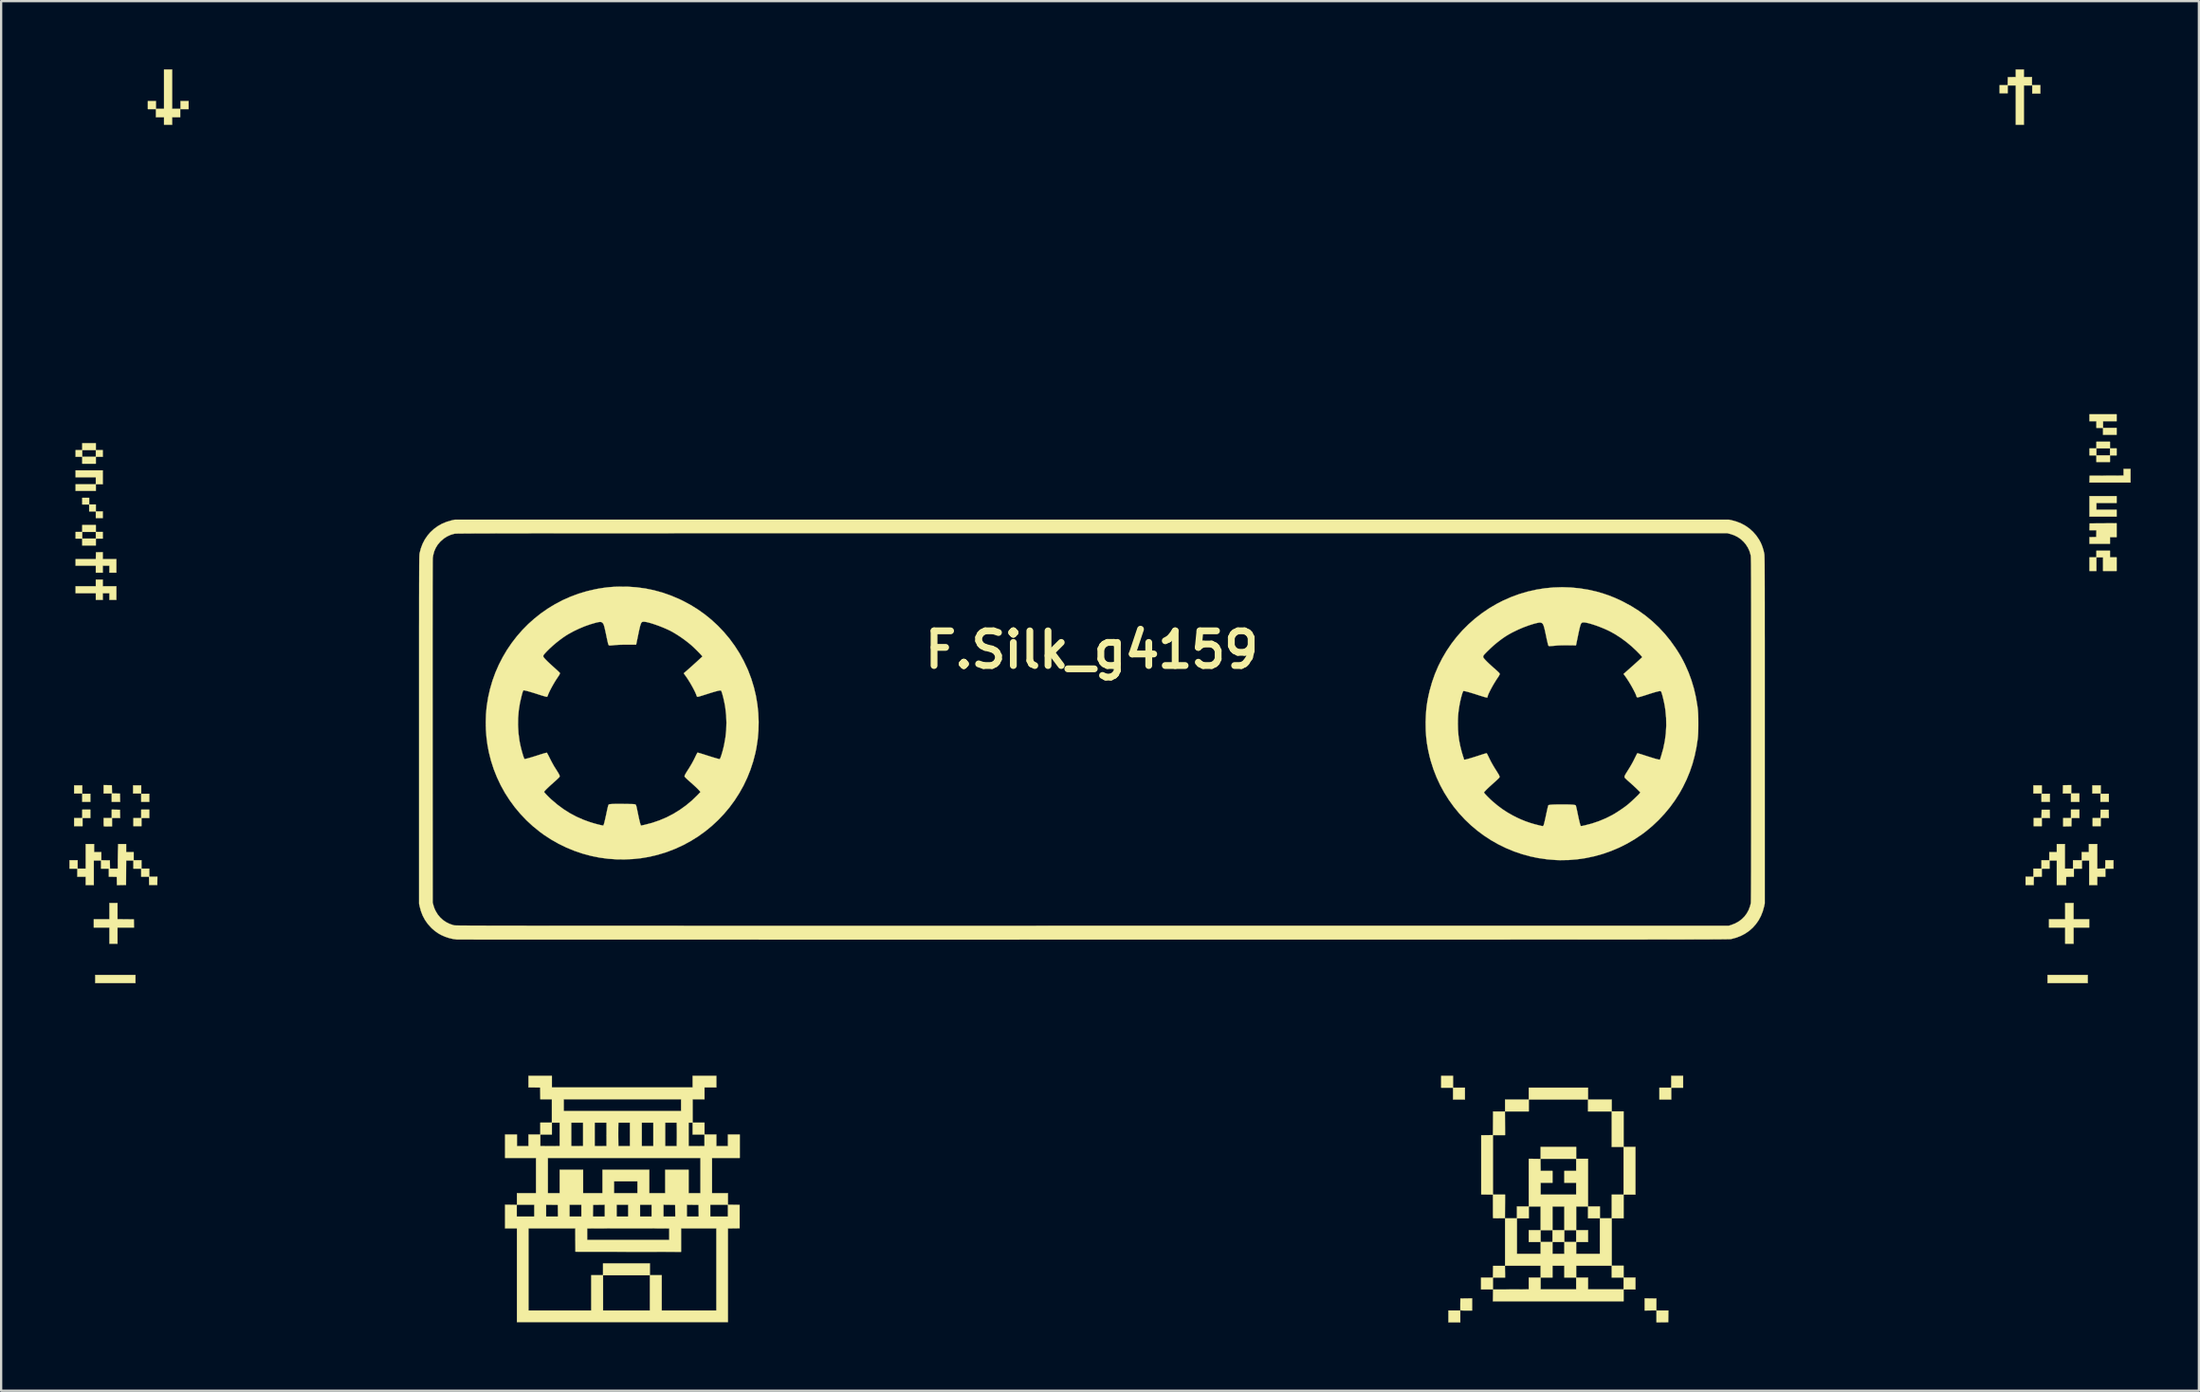
<source format=kicad_pcb>
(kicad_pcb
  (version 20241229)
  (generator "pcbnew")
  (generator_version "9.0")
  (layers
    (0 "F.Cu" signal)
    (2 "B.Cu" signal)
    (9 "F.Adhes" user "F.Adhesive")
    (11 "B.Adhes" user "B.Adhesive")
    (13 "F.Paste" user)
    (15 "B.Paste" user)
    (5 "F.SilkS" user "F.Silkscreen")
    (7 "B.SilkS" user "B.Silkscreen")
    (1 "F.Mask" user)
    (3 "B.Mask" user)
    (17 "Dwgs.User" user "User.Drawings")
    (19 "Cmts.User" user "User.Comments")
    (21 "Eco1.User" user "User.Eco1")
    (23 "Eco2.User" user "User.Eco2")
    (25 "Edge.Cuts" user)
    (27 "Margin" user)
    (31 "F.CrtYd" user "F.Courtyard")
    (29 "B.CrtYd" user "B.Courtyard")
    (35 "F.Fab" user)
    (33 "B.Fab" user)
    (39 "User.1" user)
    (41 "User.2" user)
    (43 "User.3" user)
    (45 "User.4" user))
  (footprint "F.Silk_g4159"
    (layer "F.Cu")
    (at 44.925 25.507)
    (property "Reference" "F.Silk_g4159" (at 0 0 0) (layer "F.SilkS") (effects (font (size 1.524 1.524) (thickness 0.3))))
    (attr through_hole)
    (fp_poly (pts (xy -44.361 6.312) (xy -44.717 6.312) (xy -44.717 5.956) (xy -44.361 5.956) (xy -44.361 6.312)) (stroke (width 0.01) (type solid)) (fill yes) (layer "F.SilkS"))
    (fp_poly (pts (xy -44.056 -6.388) (xy -44.361 -6.388) (xy -44.361 -6.68) (xy -44.056 -6.68) (xy -44.056 -6.388)) (stroke (width 0.01) (type solid)) (fill yes) (layer "F.SilkS"))
    (fp_poly (pts (xy -44.005 6.68) (xy -44.361 6.68) (xy -44.361 6.325) (xy -44.005 6.325) (xy -44.005 6.68)) (stroke (width 0.01) (type solid)) (fill yes) (layer "F.SilkS"))
    (fp_poly (pts (xy -43.764 -6.985) (xy -44.653 -6.985) (xy -44.653 -7.277) (xy -43.764 -7.277) (xy -43.764 -6.985)) (stroke (width 0.01) (type solid)) (fill yes) (layer "F.SilkS"))
    (fp_poly (pts (xy -43.764 -6.083) (xy -44.056 -6.083) (xy -44.056 -6.388) (xy -43.764 -6.388) (xy -43.764 -6.083)) (stroke (width 0.01) (type solid)) (fill yes) (layer "F.SilkS"))
    (fp_poly (pts (xy -43.459 -5.791) (xy -43.764 -5.791) (xy -43.764 -6.083) (xy -43.459 -6.083) (xy -43.459 -5.791)) (stroke (width 0.01) (type solid)) (fill yes) (layer "F.SilkS"))
    (fp_poly (pts (xy -42.024 14.643) (xy -43.79 14.643) (xy -43.79 14.287) (xy -42.024 14.287) (xy -42.024 14.643)) (stroke (width 0.01) (type solid)) (fill yes) (layer "F.SilkS"))
    (fp_poly (pts (xy -41.77 6.312) (xy -42.126 6.312) (xy -42.126 5.956) (xy -41.77 5.956) (xy -41.77 6.312)) (stroke (width 0.01) (type solid)) (fill yes) (layer "F.SilkS"))
    (fp_poly (pts (xy -41.415 6.68) (xy -41.77 6.68) (xy -41.77 6.325) (xy -41.415 6.325) (xy -41.415 6.68)) (stroke (width 0.01) (type solid)) (fill yes) (layer "F.SilkS"))
    (fp_poly (pts (xy -39.688 -23.762) (xy -40.043 -23.762) (xy -40.043 -24.117) (xy -39.688 -24.117) (xy -39.688 -23.762)) (stroke (width 0.01) (type solid)) (fill yes) (layer "F.SilkS"))
    (fp_poly (pts (xy -19.418 27.483) (xy -21.476 27.483) (xy -21.476 26.962) (xy -19.418 26.962) (xy -19.418 27.483)) (stroke (width 0.01) (type solid)) (fill yes) (layer "F.SilkS"))
    (fp_poly (pts (xy 15.875 19.241) (xy 15.354 19.241) (xy 15.354 18.72) (xy 15.875 18.72) (xy 15.875 19.241)) (stroke (width 0.01) (type solid)) (fill yes) (layer "F.SilkS"))
    (fp_poly (pts (xy 16.192 29.553) (xy 15.672 29.553) (xy 15.672 29.032) (xy 16.192 29.032) (xy 16.192 29.553)) (stroke (width 0.01) (type solid)) (fill yes) (layer "F.SilkS"))
    (fp_poly (pts (xy 16.396 19.761) (xy 15.875 19.761) (xy 15.875 19.241) (xy 16.396 19.241) (xy 16.396 19.761)) (stroke (width 0.01) (type solid)) (fill yes) (layer "F.SilkS"))
    (fp_poly (pts (xy 19.202 20.282) (xy 18.161 20.282) (xy 18.161 19.761) (xy 19.202 19.761) (xy 19.202 20.282)) (stroke (width 0.01) (type solid)) (fill yes) (layer "F.SilkS"))
    (fp_poly (pts (xy 19.723 26.022) (xy 19.202 26.022) (xy 19.202 25.502) (xy 19.723 25.502) (xy 19.723 26.022)) (stroke (width 0.01) (type solid)) (fill yes) (layer "F.SilkS"))
    (fp_poly (pts (xy 20.765 26.022) (xy 20.244 26.022) (xy 20.244 25.502) (xy 20.765 25.502) (xy 20.765 26.022)) (stroke (width 0.01) (type solid)) (fill yes) (layer "F.SilkS"))
    (fp_poly (pts (xy 21.285 22.365) (xy 19.723 22.365) (xy 19.723 21.844) (xy 21.285 21.844) (xy 21.285 22.365)) (stroke (width 0.01) (type solid)) (fill yes) (layer "F.SilkS"))
    (fp_poly (pts (xy 21.806 19.761) (xy 19.202 19.761) (xy 19.202 19.241) (xy 21.806 19.241) (xy 21.806 19.761)) (stroke (width 0.01) (type solid)) (fill yes) (layer "F.SilkS"))
    (fp_poly (pts (xy 21.806 26.022) (xy 21.285 26.022) (xy 21.285 25.502) (xy 21.806 25.502) (xy 21.806 26.022)) (stroke (width 0.01) (type solid)) (fill yes) (layer "F.SilkS"))
    (fp_poly (pts (xy 22.847 20.282) (xy 21.806 20.282) (xy 21.806 19.761) (xy 22.847 19.761) (xy 22.847 20.282)) (stroke (width 0.01) (type solid)) (fill yes) (layer "F.SilkS"))
    (fp_poly (pts (xy 23.368 21.844) (xy 22.847 21.844) (xy 22.847 20.282) (xy 23.368 20.282) (xy 23.368 21.844)) (stroke (width 0.01) (type solid)) (fill yes) (layer "F.SilkS"))
    (fp_poly (pts (xy 23.368 24.981) (xy 22.847 24.981) (xy 22.847 23.939) (xy 23.368 23.939) (xy 23.368 24.981)) (stroke (width 0.01) (type solid)) (fill yes) (layer "F.SilkS"))
    (fp_poly (pts (xy 23.368 27.584) (xy 22.847 27.584) (xy 22.847 27.064) (xy 23.368 27.064) (xy 23.368 27.584)) (stroke (width 0.01) (type solid)) (fill yes) (layer "F.SilkS"))
    (fp_poly (pts (xy 23.889 23.939) (xy 23.368 23.939) (xy 23.368 21.844) (xy 23.889 21.844) (xy 23.889 23.939)) (stroke (width 0.01) (type solid)) (fill yes) (layer "F.SilkS"))
    (fp_poly (pts (xy 23.889 28.105) (xy 23.368 28.105) (xy 23.368 27.584) (xy 23.889 27.584) (xy 23.889 28.105)) (stroke (width 0.01) (type solid)) (fill yes) (layer "F.SilkS"))
    (fp_poly (pts (xy 25.463 19.761) (xy 24.943 19.761) (xy 24.943 19.241) (xy 25.463 19.241) (xy 25.463 19.761)) (stroke (width 0.01) (type solid)) (fill yes) (layer "F.SilkS"))
    (fp_poly (pts (xy 25.984 19.241) (xy 25.463 19.241) (xy 25.463 18.72) (xy 25.984 18.72) (xy 25.984 19.241)) (stroke (width 0.01) (type solid)) (fill yes) (layer "F.SilkS"))
    (fp_poly (pts (xy 41.681 -24.448) (xy 41.326 -24.448) (xy 41.326 -24.816) (xy 41.681 -24.816) (xy 41.681 -24.448)) (stroke (width 0.01) (type solid)) (fill yes) (layer "F.SilkS"))
    (fp_poly (pts (xy 41.745 6.312) (xy 41.377 6.312) (xy 41.377 5.956) (xy 41.745 5.956) (xy 41.745 6.312)) (stroke (width 0.01) (type solid)) (fill yes) (layer "F.SilkS"))
    (fp_poly (pts (xy 42.1 6.68) (xy 41.732 6.68) (xy 41.732 6.325) (xy 42.1 6.325) (xy 42.1 6.68)) (stroke (width 0.01) (type solid)) (fill yes) (layer "F.SilkS"))
    (fp_poly (pts (xy 43.764 14.643) (xy 41.999 14.643) (xy 41.999 14.287) (xy 43.764 14.287) (xy 43.764 14.643)) (stroke (width 0.01) (type solid)) (fill yes) (layer "F.SilkS"))
    (fp_poly (pts (xy 44.145 -3.467) (xy 43.84 -3.467) (xy 43.84 -4.064) (xy 44.145 -4.064) (xy 44.145 -3.467)) (stroke (width 0.01) (type solid)) (fill yes) (layer "F.SilkS"))
    (fp_poly (pts (xy 44.336 6.312) (xy 43.967 6.312) (xy 43.967 5.956) (xy 44.336 5.956) (xy 44.336 6.312)) (stroke (width 0.01) (type solid)) (fill yes) (layer "F.SilkS"))
    (fp_poly (pts (xy 44.691 6.68) (xy 44.323 6.68) (xy 44.323 6.325) (xy 44.691 6.325) (xy 44.691 6.68)) (stroke (width 0.01) (type solid)) (fill yes) (layer "F.SilkS"))
    (fp_poly (pts (xy 45.034 -9.449) (xy 44.437 -9.449) (xy 44.437 -9.754) (xy 45.034 -9.754) (xy 45.034 -9.449)) (stroke (width 0.01) (type solid)) (fill yes) (layer "F.SilkS"))
    (fp_poly (pts (xy 24.809 28.505) (xy 24.809 29.026) (xy 24.552 29.029) (xy 24.295 29.033) (xy 24.295 28.498) (xy 24.809 28.505)) (stroke (width 0.01) (type solid)) (fill yes) (layer "F.SilkS"))
    (fp_poly (pts (xy -43.459 -7.277) (xy -43.764 -7.277) (xy -43.764 -7.582) (xy -44.653 -7.582) (xy -44.653 -7.887) (xy -43.459 -7.887) (xy -43.459 -7.277)) (stroke (width 0.01) (type solid)) (fill yes) (layer "F.SilkS"))
    (fp_poly (pts (xy 25.334 29.289) (xy 25.33 29.547) (xy 25.073 29.55) (xy 24.816 29.553) (xy 24.816 29.032) (xy 25.337 29.032) (xy 25.334 29.289)) (stroke (width 0.01) (type solid)) (fill yes) (layer "F.SilkS"))
    (fp_poly (pts (xy 45.644 -7.353) (xy 43.84 -7.353) (xy 43.843 -7.503) (xy 43.847 -7.652) (xy 45.339 -7.658) (xy 45.339 -7.95) (xy 45.644 -7.95) (xy 45.644 -7.353)) (stroke (width 0.01) (type solid)) (fill yes) (layer "F.SilkS"))
    (fp_poly (pts (xy -44.005 7.391) (xy -44.348 7.391) (xy -44.348 7.747) (xy -44.717 7.747) (xy -44.717 7.391) (xy -44.361 7.391) (xy -44.361 7.023) (xy -44.005 7.023) (xy -44.005 7.391)) (stroke (width 0.01) (type solid)) (fill yes) (layer "F.SilkS"))
    (fp_poly (pts (xy -41.415 7.391) (xy -41.758 7.391) (xy -41.758 7.747) (xy -42.113 7.747) (xy -42.113 7.391) (xy -41.77 7.391) (xy -41.77 7.023) (xy -41.415 7.023) (xy -41.415 7.391)) (stroke (width 0.01) (type solid)) (fill yes) (layer "F.SilkS"))
    (fp_poly (pts (xy 43.04 6.312) (xy 43.396 6.312) (xy 43.396 6.68) (xy 43.028 6.68) (xy 43.028 6.312) (xy 42.671 6.312) (xy 42.678 5.95) (xy 43.04 5.943) (xy 43.04 6.312)) (stroke (width 0.01) (type solid)) (fill yes) (layer "F.SilkS"))
    (fp_poly (pts (xy 44.145 -4.356) (xy 44.742 -4.356) (xy 44.742 -4.064) (xy 45.034 -4.064) (xy 45.034 -3.467) (xy 44.437 -3.467) (xy 44.437 -4.064) (xy 44.145 -4.064) (xy 44.145 -4.356)) (stroke (width 0.01) (type solid)) (fill yes) (layer "F.SilkS"))
    (fp_poly (pts (xy 45.034 -10.046) (xy 44.437 -10.046) (xy 44.437 -9.754) (xy 44.145 -9.754) (xy 44.145 -10.046) (xy 43.84 -10.046) (xy 43.84 -10.351) (xy 45.034 -10.351) (xy 45.034 -10.046)) (stroke (width 0.01) (type solid)) (fill yes) (layer "F.SilkS"))
    (fp_poly (pts (xy 45.034 -6.452) (xy 44.145 -6.452) (xy 44.145 -6.16) (xy 45.034 -6.16) (xy 45.034 -5.855) (xy 43.84 -5.855) (xy 43.84 -6.756) (xy 45.034 -6.756) (xy 45.034 -6.452)) (stroke (width 0.01) (type solid)) (fill yes) (layer "F.SilkS"))
    (fp_poly (pts (xy 18.158 27.327) (xy 18.162 27.584) (xy 17.628 27.584) (xy 17.628 28.105) (xy 17.107 28.105) (xy 17.107 27.584) (xy 17.627 27.584) (xy 17.634 27.07) (xy 18.155 27.07) (xy 18.158 27.327)) (stroke (width 0.01) (type solid)) (fill yes) (layer "F.SilkS"))
    (fp_poly (pts (xy 42.098 7.21) (xy 42.101 7.391) (xy 41.745 7.391) (xy 41.745 7.747) (xy 41.389 7.747) (xy 41.389 7.391) (xy 41.732 7.391) (xy 41.739 7.029) (xy 42.094 7.029) (xy 42.098 7.21)) (stroke (width 0.01) (type solid)) (fill yes) (layer "F.SilkS"))
    (fp_poly (pts (xy 44.688 7.21) (xy 44.692 7.391) (xy 44.336 7.391) (xy 44.336 7.747) (xy 43.98 7.747) (xy 43.98 7.391) (xy 44.322 7.391) (xy 44.329 7.029) (xy 44.685 7.029) (xy 44.688 7.21)) (stroke (width 0.01) (type solid)) (fill yes) (layer "F.SilkS"))
    (fp_poly (pts (xy 43.396 7.391) (xy 43.054 7.391) (xy 43.05 7.572) (xy 43.047 7.753) (xy 42.866 7.757) (xy 42.685 7.76) (xy 42.685 7.391) (xy 43.028 7.391) (xy 43.028 7.023) (xy 43.396 7.023) (xy 43.396 7.391)) (stroke (width 0.01) (type solid)) (fill yes) (layer "F.SilkS"))
    (fp_poly (pts (xy -43.059 5.95) (xy -43.056 6.131) (xy -43.052 6.311) (xy -42.878 6.315) (xy -42.704 6.318) (xy -42.7 6.499) (xy -42.697 6.68) (xy -43.066 6.68) (xy -43.066 6.312) (xy -43.421 6.312) (xy -43.421 5.943) (xy -43.059 5.95)) (stroke (width 0.01) (type solid)) (fill yes) (layer "F.SilkS"))
    (fp_poly (pts (xy 45.034 -4.953) (xy 44.742 -4.953) (xy 44.742 -4.661) (xy 43.84 -4.661) (xy 43.84 -4.952) (xy 44.139 -4.959) (xy 44.146 -5.258) (xy 43.84 -5.258) (xy 43.843 -5.407) (xy 43.847 -5.556) (xy 45.034 -5.563) (xy 45.034 -4.953)) (stroke (width 0.01) (type solid)) (fill yes) (layer "F.SilkS"))
    (fp_poly (pts (xy -42.812 11.836) (xy -42.094 11.843) (xy -42.091 12.024) (xy -42.087 12.205) (xy -42.812 12.205) (xy -42.812 12.916) (xy -43.167 12.916) (xy -43.167 12.205) (xy -43.853 12.205) (xy -43.853 11.836) (xy -43.167 11.836) (xy -43.167 11.125) (xy -42.812 11.125) (xy -42.812 11.836)) (stroke (width 0.01) (type solid)) (fill yes) (layer "F.SilkS"))
    (fp_poly (pts (xy -43.459 -2.794) (xy -42.862 -2.794) (xy -42.862 -2.197) (xy -43.167 -2.197) (xy -43.167 -2.489) (xy -43.459 -2.489) (xy -43.459 -2.197) (xy -43.764 -2.197) (xy -43.764 -2.489) (xy -44.653 -2.489) (xy -44.653 -2.794) (xy -43.764 -2.794) (xy -43.764 -3.086) (xy -43.459 -3.086) (xy -43.459 -2.794)) (stroke (width 0.01) (type solid)) (fill yes) (layer "F.SilkS"))
    (fp_poly (pts (xy -43.459 -8.776) (xy -43.459 -8.484) (xy -43.764 -8.484) (xy -43.764 -8.179) (xy -44.361 -8.179) (xy -44.361 -8.484) (xy -44.653 -8.484) (xy -44.653 -8.776) (xy -44.361 -8.776) (xy -44.361 -8.484) (xy -43.764 -8.484) (xy -43.764 -8.776) (xy -44.361 -8.776) (xy -44.361 -9.081) (xy -43.764 -9.081) (xy -43.764 -8.776) (xy -43.459 -8.776)) (stroke (width 0.01) (type solid)) (fill yes) (layer "F.SilkS"))
    (fp_poly (pts (xy -43.459 -5.182) (xy -43.459 -4.889) (xy -43.764 -4.889) (xy -43.764 -4.585) (xy -44.361 -4.585) (xy -44.361 -4.889) (xy -44.653 -4.889) (xy -44.653 -5.182) (xy -44.361 -5.182) (xy -44.361 -4.889) (xy -43.764 -4.889) (xy -43.764 -5.182) (xy -44.361 -5.182) (xy -44.361 -5.486) (xy -43.764 -5.486) (xy -43.764 -5.182) (xy -43.459 -5.182)) (stroke (width 0.01) (type solid)) (fill yes) (layer "F.SilkS"))
    (fp_poly (pts (xy -43.459 -3.988) (xy -42.862 -3.988) (xy -42.862 -3.391) (xy -43.167 -3.391) (xy -43.167 -3.696) (xy -43.459 -3.696) (xy -43.459 -3.391) (xy -43.764 -3.391) (xy -43.764 -3.696) (xy -44.653 -3.696) (xy -44.653 -3.988) (xy -43.765 -3.988) (xy -43.761 -4.137) (xy -43.758 -4.286) (xy -43.609 -4.29) (xy -43.459 -4.293) (xy -43.459 -3.988)) (stroke (width 0.01) (type solid)) (fill yes) (layer "F.SilkS"))
    (fp_poly (pts (xy -40.411 -23.774) (xy -40.056 -23.774) (xy -40.056 -23.406) (xy -40.411 -23.406) (xy -40.411 -23.076) (xy -40.767 -23.076) (xy -40.767 -23.406) (xy -41.123 -23.406) (xy -41.123 -23.762) (xy -41.478 -23.762) (xy -41.478 -24.117) (xy -41.123 -24.117) (xy -41.123 -23.774) (xy -40.767 -23.774) (xy -40.767 -25.502) (xy -40.411 -25.502) (xy -40.411 -23.774)) (stroke (width 0.01) (type solid)) (fill yes) (layer "F.SilkS"))
    (fp_poly (pts (xy 16.713 29.032) (xy 16.459 29.032) (xy 16.367 29.032) (xy 16.298 29.031) (xy 16.25 29.028) (xy 16.218 29.025) (xy 16.202 29.02) (xy 16.198 29.016) (xy 16.196 28.999) (xy 16.195 28.96) (xy 16.195 28.905) (xy 16.195 28.836) (xy 16.195 28.76) (xy 16.195 28.752) (xy 16.199 28.505) (xy 16.713 28.498) (xy 16.713 29.032)) (stroke (width 0.01) (type solid)) (fill yes) (layer "F.SilkS"))
    (fp_poly (pts (xy 45.034 -8.852) (xy 45.034 -8.547) (xy 44.742 -8.547) (xy 44.742 -8.255) (xy 44.145 -8.255) (xy 44.145 -8.547) (xy 43.84 -8.547) (xy 43.84 -8.852) (xy 44.145 -8.852) (xy 44.145 -8.547) (xy 44.742 -8.547) (xy 44.742 -8.852) (xy 44.145 -8.852) (xy 44.145 -9.144) (xy 44.742 -9.144) (xy 44.742 -8.852) (xy 45.034 -8.852)) (stroke (width 0.01) (type solid)) (fill yes) (layer "F.SilkS"))
    (fp_poly (pts (xy 40.958 -25.171) (xy 41.313 -25.171) (xy 41.313 -24.803) (xy 40.958 -24.803) (xy 40.958 -23.076) (xy 40.602 -23.076) (xy 40.602 -24.803) (xy 40.246 -24.803) (xy 40.246 -24.46) (xy 39.891 -24.46) (xy 39.891 -24.816) (xy 40.246 -24.816) (xy 40.249 -24.99) (xy 40.253 -25.165) (xy 40.427 -25.169) (xy 40.602 -25.172) (xy 40.602 -25.502) (xy 40.958 -25.502) (xy 40.958 -25.171)) (stroke (width 0.01) (type solid)) (fill yes) (layer "F.SilkS"))
    (fp_poly (pts (xy -42.704 7.029) (xy -42.7 7.21) (xy -42.697 7.391) (xy -43.053 7.391) (xy -43.053 7.76) (xy -43.229 7.76) (xy -43.293 7.759) (xy -43.348 7.758) (xy -43.389 7.755) (xy -43.411 7.752) (xy -43.413 7.751) (xy -43.416 7.736) (xy -43.418 7.7) (xy -43.42 7.649) (xy -43.421 7.587) (xy -43.421 7.567) (xy -43.421 7.391) (xy -43.066 7.391) (xy -43.066 7.022) (xy -42.704 7.029)) (stroke (width 0.01) (type solid)) (fill yes) (layer "F.SilkS"))
    (fp_poly (pts (xy 43.142 11.306) (xy 43.141 11.393) (xy 43.141 11.491) (xy 43.141 11.587) (xy 43.141 11.662) (xy 43.142 11.836) (xy 43.828 11.836) (xy 43.828 12.205) (xy 43.142 12.205) (xy 43.142 12.916) (xy 42.774 12.916) (xy 42.774 12.205) (xy 42.062 12.205) (xy 42.062 11.836) (xy 42.774 11.836) (xy 42.774 11.662) (xy 42.774 11.577) (xy 42.774 11.48) (xy 42.774 11.382) (xy 42.774 11.306) (xy 42.772 11.125) (xy 43.143 11.125) (xy 43.142 11.306)) (stroke (width 0.01) (type solid)) (fill yes) (layer "F.SilkS"))
    (fp_poly (pts (xy 18.158 20.806) (xy 18.161 21.323) (xy 17.628 21.323) (xy 17.628 23.939) (xy 18.161 23.939) (xy 18.158 24.457) (xy 18.155 24.975) (xy 17.9 24.978) (xy 17.822 24.979) (xy 17.752 24.978) (xy 17.696 24.977) (xy 17.656 24.975) (xy 17.637 24.973) (xy 17.636 24.972) (xy 17.633 24.957) (xy 17.631 24.921) (xy 17.629 24.867) (xy 17.628 24.8) (xy 17.628 24.723) (xy 17.628 24.708) (xy 17.628 24.607) (xy 17.628 24.49) (xy 17.628 24.37) (xy 17.628 24.258) (xy 17.628 24.197) (xy 17.628 23.94) (xy 17.37 23.937) (xy 17.113 23.933) (xy 17.113 21.33) (xy 17.37 21.326) (xy 17.627 21.323) (xy 17.631 20.806) (xy 17.634 20.288) (xy 18.155 20.288) (xy 18.158 20.806)) (stroke (width 0.01) (type solid)) (fill yes) (layer "F.SilkS"))
    (fp_poly (pts (xy 42.761 9.614) (xy 43.117 9.614) (xy 43.117 9.246) (xy 43.498 9.246) (xy 43.498 8.89) (xy 43.815 8.89) (xy 43.815 8.534) (xy 44.183 8.534) (xy 44.183 9.615) (xy 44.533 9.608) (xy 44.536 9.427) (xy 44.54 9.246) (xy 44.895 9.246) (xy 44.895 9.614) (xy 44.539 9.614) (xy 44.539 9.97) (xy 44.183 9.97) (xy 44.183 10.338) (xy 43.828 10.338) (xy 43.828 9.258) (xy 43.51 9.258) (xy 43.51 9.614) (xy 43.155 9.614) (xy 43.155 9.969) (xy 42.818 9.976) (xy 42.811 10.338) (xy 42.405 10.338) (xy 42.405 9.258) (xy 42.088 9.258) (xy 42.088 9.614) (xy 41.745 9.614) (xy 41.745 9.969) (xy 41.57 9.972) (xy 41.396 9.976) (xy 41.389 10.338) (xy 41.034 10.338) (xy 41.034 9.97) (xy 41.377 9.97) (xy 41.377 9.614) (xy 41.732 9.614) (xy 41.732 9.246) (xy 42.075 9.246) (xy 42.075 8.89) (xy 42.405 8.89) (xy 42.405 8.534) (xy 42.761 8.534) (xy 42.761 9.614)) (stroke (width 0.01) (type solid)) (fill yes) (layer "F.SilkS"))
    (fp_poly (pts (xy -43.84 8.89) (xy -43.523 8.89) (xy -43.523 9.245) (xy -43.148 9.252) (xy -43.145 9.433) (xy -43.141 9.614) (xy -42.799 9.614) (xy -42.799 9.343) (xy -42.799 9.238) (xy -42.797 9.118) (xy -42.795 8.995) (xy -42.793 8.879) (xy -42.791 8.803) (xy -42.782 8.534) (xy -42.431 8.534) (xy -42.431 8.89) (xy -42.1 8.89) (xy -42.1 9.246) (xy -41.758 9.246) (xy -41.758 9.614) (xy -41.415 9.614) (xy -41.415 9.97) (xy -41.058 9.97) (xy -41.062 10.15) (xy -41.065 10.331) (xy -41.421 10.331) (xy -41.428 9.97) (xy -41.77 9.97) (xy -41.77 9.614) (xy -42.113 9.614) (xy -42.113 9.258) (xy -42.43 9.258) (xy -42.434 9.795) (xy -42.437 10.331) (xy -42.637 10.335) (xy -42.836 10.338) (xy -42.84 10.157) (xy -42.843 9.976) (xy -43.018 9.972) (xy -43.193 9.969) (xy -43.193 9.614) (xy -43.536 9.614) (xy -43.536 9.258) (xy -43.853 9.258) (xy -43.853 10.338) (xy -44.209 10.338) (xy -44.209 9.97) (xy -44.577 9.97) (xy -44.577 9.614) (xy -44.92 9.614) (xy -44.92 9.246) (xy -44.564 9.246) (xy -44.564 9.614) (xy -44.209 9.614) (xy -44.209 8.534) (xy -43.84 8.534) (xy -43.84 8.89)) (stroke (width 0.01) (type solid)) (fill yes) (layer "F.SilkS"))
    (fp_poly (pts (xy 22.327 24.46) (xy 22.327 24.981) (xy 22.847 24.981) (xy 22.847 27.064) (xy 21.285 27.064) (xy 21.285 27.584) (xy 21.806 27.584) (xy 21.806 28.105) (xy 23.368 28.105) (xy 23.368 28.626) (xy 17.627 28.626) (xy 17.634 28.111) (xy 19.202 28.105) (xy 19.202 27.584) (xy 19.723 27.584) (xy 19.723 28.105) (xy 21.285 28.105) (xy 21.285 27.584) (xy 20.765 27.584) (xy 20.765 27.064) (xy 20.244 27.064) (xy 20.244 27.584) (xy 19.723 27.584) (xy 19.723 27.064) (xy 18.161 27.064) (xy 18.161 24.981) (xy 18.682 24.981) (xy 18.682 26.543) (xy 19.723 26.543) (xy 19.723 26.022) (xy 20.244 26.022) (xy 20.244 26.543) (xy 20.765 26.543) (xy 20.765 26.022) (xy 21.285 26.022) (xy 21.285 26.543) (xy 22.327 26.543) (xy 22.327 24.981) (xy 21.806 24.981) (xy 21.806 24.46) (xy 21.285 24.46) (xy 21.285 25.502) (xy 20.765 25.502) (xy 20.765 24.46) (xy 20.244 24.46) (xy 20.244 25.502) (xy 19.723 25.502) (xy 19.723 24.46) (xy 19.202 24.46) (xy 19.202 24.981) (xy 18.682 24.981) (xy 18.682 24.46) (xy 19.202 24.46) (xy 19.202 22.364) (xy 19.717 22.371) (xy 19.72 22.635) (xy 19.724 22.898) (xy 20.244 22.898) (xy 20.244 23.419) (xy 19.723 23.419) (xy 19.723 23.939) (xy 21.285 23.939) (xy 21.285 23.419) (xy 20.765 23.419) (xy 20.765 22.898) (xy 21.285 22.898) (xy 21.285 22.365) (xy 21.806 22.365) (xy 21.806 24.46) (xy 22.327 24.46)) (stroke (width 0.01) (type solid)) (fill yes) (layer "F.SilkS"))
    (fp_poly (pts (xy -17.018 20.777) (xy -17.018 21.298) (xy -16.497 21.298) (xy -16.497 21.806) (xy -15.989 21.806) (xy -15.989 21.298) (xy -15.469 21.298) (xy -15.469 22.327) (xy -16.688 22.327) (xy -16.688 23.876) (xy -15.989 23.876) (xy -15.989 24.383) (xy -15.475 24.39) (xy -15.475 25.419) (xy -15.732 25.422) (xy -15.989 25.426) (xy -15.989 29.54) (xy -25.26 29.54) (xy -25.26 25.425) (xy -24.752 25.425) (xy -24.752 29.032) (xy -21.996 29.032) (xy -21.996 27.483) (xy -21.476 27.483) (xy -21.476 29.032) (xy -19.418 29.032) (xy -19.418 27.483) (xy -18.898 27.483) (xy -18.898 29.032) (xy -16.497 29.032) (xy -16.497 25.425) (xy -18.047 25.425) (xy -18.047 26.454) (xy -22.689 26.448) (xy -22.691 26.194) (xy -22.692 26.092) (xy -22.693 25.976) (xy -22.694 25.856) (xy -22.694 25.744) (xy -22.695 25.683) (xy -22.695 25.426) (xy -22.174 25.426) (xy -22.174 25.933) (xy -18.567 25.933) (xy -18.567 25.426) (xy -19.333 25.422) (xy -19.476 25.422) (xy -19.641 25.421) (xy -19.822 25.421) (xy -20.016 25.421) (xy -20.218 25.421) (xy -20.425 25.421) (xy -20.631 25.421) (xy -20.832 25.422) (xy -21.025 25.422) (xy -21.136 25.422) (xy -22.174 25.426) (xy -22.695 25.426) (xy -22.695 25.425) (xy -24.752 25.425) (xy -25.26 25.425) (xy -25.781 25.425) (xy -25.781 24.383) (xy -25.267 24.39) (xy -25.267 24.905) (xy -24.882 24.905) (xy -24.498 24.905) (xy -23.978 24.905) (xy -23.456 24.905) (xy -23.46 24.648) (xy -23.463 24.39) (xy -23.938 24.384) (xy -22.949 24.384) (xy -22.949 24.905) (xy -22.428 24.905) (xy -21.921 24.905) (xy -21.399 24.905) (xy -21.399 24.384) (xy -20.879 24.384) (xy -20.879 24.905) (xy -20.371 24.905) (xy -20.371 24.384) (xy -19.85 24.384) (xy -19.85 24.905) (xy -19.342 24.905) (xy -18.821 24.905) (xy -18.3 24.905) (xy -17.793 24.905) (xy -17.271 24.905) (xy -17.275 24.648) (xy -17.278 24.39) (xy -17.753 24.384) (xy -16.764 24.384) (xy -16.764 24.905) (xy -15.989 24.905) (xy -15.989 24.384) (xy -16.764 24.384) (xy -17.753 24.384) (xy -17.793 24.383) (xy -17.793 24.905) (xy -18.3 24.905) (xy -18.304 24.648) (xy -18.307 24.39) (xy -18.821 24.383) (xy -18.821 24.905) (xy -19.342 24.905) (xy -19.342 24.384) (xy -19.85 24.384) (xy -20.371 24.384) (xy -20.879 24.384) (xy -21.399 24.384) (xy -21.399 24.383) (xy -21.914 24.39) (xy -21.921 24.905) (xy -22.428 24.905) (xy -22.428 24.384) (xy -22.949 24.384) (xy -23.938 24.384) (xy -23.978 24.383) (xy -23.978 24.905) (xy -24.498 24.905) (xy -24.498 24.384) (xy -25.26 24.384) (xy -25.26 23.876) (xy -24.422 23.876) (xy -24.422 22.327) (xy -23.901 22.327) (xy -23.901 23.876) (xy -23.381 23.876) (xy -23.381 22.847) (xy -22.352 22.847) (xy -22.352 23.876) (xy -21.501 23.876) (xy -21.501 23.355) (xy -20.993 23.355) (xy -20.993 23.876) (xy -19.964 23.876) (xy -19.964 23.355) (xy -20.993 23.355) (xy -21.501 23.355) (xy -21.501 22.847) (xy -19.444 22.847) (xy -19.444 23.876) (xy -18.745 23.876) (xy -18.745 22.847) (xy -17.716 22.847) (xy -17.716 23.876) (xy -17.196 23.876) (xy -17.196 22.327) (xy -23.901 22.327) (xy -24.422 22.327) (xy -25.781 22.327) (xy -25.781 21.298) (xy -25.26 21.298) (xy -25.26 21.806) (xy -24.752 21.806) (xy -24.752 21.298) (xy -24.232 21.298) (xy -24.232 21.805) (xy -23.981 21.809) (xy -23.888 21.81) (xy -23.789 21.81) (xy -23.693 21.81) (xy -23.607 21.809) (xy -23.555 21.808) (xy -23.381 21.805) (xy -23.381 20.777) (xy -22.873 20.777) (xy -22.873 21.805) (xy -22.781 21.809) (xy -22.731 21.81) (xy -22.665 21.81) (xy -22.591 21.81) (xy -22.52 21.808) (xy -22.352 21.805) (xy -22.352 20.777) (xy -21.844 20.777) (xy -21.844 21.805) (xy -21.752 21.809) (xy -21.702 21.81) (xy -21.636 21.81) (xy -21.562 21.81) (xy -21.492 21.808) (xy -21.323 21.805) (xy -21.323 21.241) (xy -20.807 21.241) (xy -20.807 21.36) (xy -20.806 21.472) (xy -20.805 21.542) (xy -20.802 21.806) (xy -20.295 21.806) (xy -20.295 20.777) (xy -19.774 20.777) (xy -19.774 21.806) (xy -19.266 21.806) (xy -19.266 20.777) (xy -18.745 20.777) (xy -18.745 21.806) (xy -18.238 21.806) (xy -18.235 21.542) (xy -18.233 21.44) (xy -18.233 21.324) (xy -18.233 21.206) (xy -18.234 21.095) (xy -18.234 21.028) (xy -18.238 20.777) (xy -17.716 20.777) (xy -17.716 21.805) (xy -17.624 21.809) (xy -17.582 21.81) (xy -17.521 21.81) (xy -17.445 21.81) (xy -17.362 21.81) (xy -17.277 21.809) (xy -17.275 21.809) (xy -17.018 21.805) (xy -17.018 21.298) (xy -17.539 21.298) (xy -17.539 20.777) (xy -17.716 20.777) (xy -18.238 20.777) (xy -18.745 20.777) (xy -19.266 20.777) (xy -19.774 20.777) (xy -20.295 20.777) (xy -20.802 20.777) (xy -20.806 21.028) (xy -20.806 21.127) (xy -20.807 21.241) (xy -21.323 21.241) (xy -21.323 20.777) (xy -21.844 20.777) (xy -22.352 20.777) (xy -22.873 20.777) (xy -23.381 20.777) (xy -23.724 20.777) (xy -23.724 21.298) (xy -24.232 21.298) (xy -24.232 20.777) (xy -23.724 20.777) (xy -23.724 19.748) (xy -23.203 19.748) (xy -23.203 20.269) (xy -18.047 20.269) (xy -18.047 19.748) (xy -23.203 19.748) (xy -23.724 19.748) (xy -24.231 19.748) (xy -24.235 19.491) (xy -24.238 19.234) (xy -24.752 19.227) (xy -24.752 18.72) (xy -23.724 18.72) (xy -23.724 19.228) (xy -23.466 19.228) (xy -23.427 19.228) (xy -23.364 19.228) (xy -23.278 19.228) (xy -23.171 19.228) (xy -23.045 19.228) (xy -22.902 19.228) (xy -22.742 19.228) (xy -22.567 19.228) (xy -22.378 19.228) (xy -22.178 19.228) (xy -21.968 19.228) (xy -21.749 19.228) (xy -21.523 19.228) (xy -21.291 19.228) (xy -21.055 19.228) (xy -20.816 19.228) (xy -20.575 19.228) (xy -20.335 19.228) (xy -20.097 19.228) (xy -19.863 19.228) (xy -19.633 19.228) (xy -19.409 19.228) (xy -19.194 19.228) (xy -18.987 19.228) (xy -18.792 19.228) (xy -18.609 19.228) (xy -18.44 19.228) (xy -18.286 19.228) (xy -18.15 19.228) (xy -18.031 19.228) (xy -17.933 19.228) (xy -17.856 19.228) (xy -17.802 19.228) (xy -17.79 19.228) (xy -17.539 19.228) (xy -17.539 18.72) (xy -16.497 18.72) (xy -16.497 19.228) (xy -17.018 19.228) (xy -17.018 19.748) (xy -17.539 19.748) (xy -17.539 20.777) (xy -17.018 20.777)) (stroke (width 0.01) (type solid)) (fill yes) (layer "F.SilkS"))
    (fp_poly (pts (xy -20.385 -2.775) (xy -20 -2.748) (xy -19.621 -2.697) (xy -19.248 -2.621) (xy -18.88 -2.52) (xy -18.516 -2.394) (xy -18.156 -2.244) (xy -17.99 -2.165) (xy -17.648 -1.984) (xy -17.32 -1.782) (xy -17.006 -1.559) (xy -16.709 -1.318) (xy -16.428 -1.058) (xy -16.164 -0.781) (xy -15.918 -0.488) (xy -15.691 -0.178) (xy -15.483 0.146) (xy -15.296 0.485) (xy -15.13 0.836) (xy -15.096 0.916) (xy -14.96 1.276) (xy -14.848 1.643) (xy -14.759 2.017) (xy -14.695 2.396) (xy -14.655 2.778) (xy -14.639 3.162) (xy -14.647 3.546) (xy -14.68 3.93) (xy -14.738 4.311) (xy -14.782 4.528) (xy -14.879 4.902) (xy -14.999 5.267) (xy -15.141 5.622) (xy -15.304 5.965) (xy -15.489 6.295) (xy -15.693 6.613) (xy -15.916 6.917) (xy -16.158 7.205) (xy -16.417 7.478) (xy -16.693 7.735) (xy -16.985 7.974) (xy -17.292 8.195) (xy -17.614 8.396) (xy -17.95 8.578) (xy -18.298 8.739) (xy -18.659 8.878) (xy -18.747 8.908) (xy -19.098 9.013) (xy -19.448 9.095) (xy -19.801 9.155) (xy -20.16 9.193) (xy -20.529 9.209) (xy -20.879 9.206) (xy -21.257 9.18) (xy -21.633 9.129) (xy -22.005 9.054) (xy -22.372 8.955) (xy -22.733 8.833) (xy -23.086 8.688) (xy -23.429 8.521) (xy -23.762 8.332) (xy -24.083 8.122) (xy -24.257 7.994) (xy -24.56 7.749) (xy -24.844 7.486) (xy -25.109 7.207) (xy -25.356 6.912) (xy -25.582 6.603) (xy -25.789 6.281) (xy -25.974 5.946) (xy -26.137 5.6) (xy -26.279 5.243) (xy -26.397 4.877) (xy -26.492 4.502) (xy -26.554 4.178) (xy -26.597 3.851) (xy -26.623 3.515) (xy -26.627 3.331) (xy -25.212 3.331) (xy -25.192 3.666) (xy -25.148 3.998) (xy -25.126 4.115) (xy -25.107 4.204) (xy -25.085 4.298) (xy -25.061 4.392) (xy -25.036 4.484) (xy -25.011 4.57) (xy -24.988 4.647) (xy -24.966 4.711) (xy -24.947 4.76) (xy -24.932 4.789) (xy -24.926 4.795) (xy -24.904 4.795) (xy -24.861 4.787) (xy -24.796 4.771) (xy -24.713 4.748) (xy -24.612 4.719) (xy -24.496 4.683) (xy -24.366 4.642) (xy -24.289 4.617) (xy -24.175 4.581) (xy -24.084 4.554) (xy -24.017 4.535) (xy -23.971 4.524) (xy -23.947 4.522) (xy -23.944 4.523) (xy -23.934 4.538) (xy -23.915 4.572) (xy -23.888 4.621) (xy -23.856 4.683) (xy -23.821 4.754) (xy -23.808 4.779) (xy -23.766 4.862) (xy -23.721 4.948) (xy -23.676 5.029) (xy -23.636 5.101) (xy -23.603 5.155) (xy -23.602 5.156) (xy -23.539 5.255) (xy -23.489 5.335) (xy -23.45 5.398) (xy -23.421 5.448) (xy -23.401 5.486) (xy -23.389 5.515) (xy -23.383 5.537) (xy -23.382 5.556) (xy -23.385 5.573) (xy -23.386 5.578) (xy -23.398 5.594) (xy -23.426 5.624) (xy -23.468 5.665) (xy -23.522 5.716) (xy -23.585 5.773) (xy -23.654 5.834) (xy -23.655 5.836) (xy -23.745 5.915) (xy -23.828 5.991) (xy -23.901 6.06) (xy -23.963 6.12) (xy -24.012 6.171) (xy -24.047 6.21) (xy -24.064 6.235) (xy -24.067 6.242) (xy -24.058 6.257) (xy -24.034 6.286) (xy -23.998 6.327) (xy -23.953 6.375) (xy -23.902 6.427) (xy -23.848 6.481) (xy -23.794 6.533) (xy -23.751 6.573) (xy -23.486 6.799) (xy -23.213 7.001) (xy -22.931 7.179) (xy -22.639 7.334) (xy -22.337 7.467) (xy -22.079 7.561) (xy -21.984 7.591) (xy -21.885 7.621) (xy -21.786 7.649) (xy -21.693 7.673) (xy -21.608 7.694) (xy -21.538 7.71) (xy -21.485 7.719) (xy -21.468 7.721) (xy -21.459 7.71) (xy -21.446 7.679) (xy -21.431 7.634) (xy -21.421 7.598) (xy -21.409 7.55) (xy -21.393 7.483) (xy -21.374 7.401) (xy -21.354 7.31) (xy -21.333 7.214) (xy -21.319 7.145) (xy -21.295 7.035) (xy -21.276 6.949) (xy -21.26 6.884) (xy -21.247 6.838) (xy -21.236 6.811) (xy -21.228 6.799) (xy -21.213 6.792) (xy -21.19 6.785) (xy -21.157 6.78) (xy -21.112 6.776) (xy -21.053 6.773) (xy -20.977 6.771) (xy -20.884 6.77) (xy -20.77 6.77) (xy -20.633 6.771) (xy -20.567 6.771) (xy -20.441 6.773) (xy -20.339 6.774) (xy -20.257 6.775) (xy -20.192 6.777) (xy -20.144 6.779) (xy -20.108 6.782) (xy -20.083 6.786) (xy -20.065 6.79) (xy -20.054 6.795) (xy -20.052 6.796) (xy -20.042 6.805) (xy -20.032 6.818) (xy -20.023 6.838) (xy -20.014 6.868) (xy -20.002 6.912) (xy -19.989 6.973) (xy -19.972 7.054) (xy -19.959 7.114) (xy -19.928 7.267) (xy -19.9 7.397) (xy -19.876 7.503) (xy -19.855 7.587) (xy -19.838 7.65) (xy -19.823 7.693) (xy -19.812 7.716) (xy -19.804 7.722) (xy -19.789 7.719) (xy -19.755 7.712) (xy -19.706 7.701) (xy -19.648 7.689) (xy -19.318 7.603) (xy -18.997 7.493) (xy -18.685 7.361) (xy -18.385 7.206) (xy -18.098 7.029) (xy -17.823 6.831) (xy -17.563 6.613) (xy -17.344 6.402) (xy -17.194 6.247) (xy -17.232 6.2) (xy -17.271 6.157) (xy -17.326 6.1) (xy -17.398 6.03) (xy -17.489 5.946) (xy -17.599 5.847) (xy -17.675 5.78) (xy -17.757 5.707) (xy -17.82 5.648) (xy -17.864 5.603) (xy -17.889 5.574) (xy -17.894 5.561) (xy -17.892 5.538) (xy -17.882 5.51) (xy -17.865 5.473) (xy -17.838 5.424) (xy -17.799 5.36) (xy -17.748 5.279) (xy -17.746 5.277) (xy -17.676 5.166) (xy -17.618 5.07) (xy -17.567 4.983) (xy -17.521 4.898) (xy -17.475 4.809) (xy -17.427 4.711) (xy -17.425 4.707) (xy -17.395 4.644) (xy -17.368 4.59) (xy -17.345 4.548) (xy -17.33 4.522) (xy -17.326 4.517) (xy -17.311 4.519) (xy -17.275 4.527) (xy -17.221 4.542) (xy -17.153 4.563) (xy -17.073 4.587) (xy -16.984 4.616) (xy -16.959 4.624) (xy -16.824 4.667) (xy -16.702 4.705) (xy -16.595 4.738) (xy -16.505 4.764) (xy -16.433 4.784) (xy -16.382 4.796) (xy -16.352 4.801) (xy -16.351 4.801) (xy -16.339 4.789) (xy -16.323 4.755) (xy -16.302 4.704) (xy -16.279 4.637) (xy -16.255 4.558) (xy -16.229 4.471) (xy -16.204 4.378) (xy -16.181 4.283) (xy -16.159 4.189) (xy -16.155 4.17) (xy -16.097 3.842) (xy -16.063 3.52) (xy -16.053 3.199) (xy -16.066 2.875) (xy -16.103 2.546) (xy -16.103 2.546) (xy -16.118 2.45) (xy -16.137 2.35) (xy -16.158 2.248) (xy -16.18 2.149) (xy -16.203 2.055) (xy -16.226 1.97) (xy -16.247 1.897) (xy -16.267 1.84) (xy -16.284 1.802) (xy -16.296 1.786) (xy -16.32 1.783) (xy -16.365 1.788) (xy -16.432 1.802) (xy -16.52 1.825) (xy -16.632 1.857) (xy -16.766 1.898) (xy -16.924 1.948) (xy -16.932 1.951) (xy -17.021 1.979) (xy -17.104 2.005) (xy -17.178 2.028) (xy -17.239 2.045) (xy -17.283 2.057) (xy -17.306 2.061) (xy -17.332 2.061) (xy -17.347 2.054) (xy -17.359 2.034) (xy -17.372 1.996) (xy -17.373 1.994) (xy -17.397 1.93) (xy -17.433 1.849) (xy -17.48 1.755) (xy -17.534 1.652) (xy -17.594 1.545) (xy -17.657 1.438) (xy -17.721 1.334) (xy -17.784 1.237) (xy -17.838 1.16) (xy -17.931 1.03) (xy -17.725 0.85) (xy -17.647 0.781) (xy -17.558 0.702) (xy -17.466 0.618) (xy -17.378 0.539) (xy -17.313 0.479) (xy -17.107 0.289) (xy -17.182 0.205) (xy -17.239 0.144) (xy -17.309 0.072) (xy -17.387 -0.006) (xy -17.467 -0.083) (xy -17.543 -0.155) (xy -17.611 -0.216) (xy -17.628 -0.23) (xy -17.759 -0.337) (xy -17.906 -0.449) (xy -18.061 -0.559) (xy -18.218 -0.662) (xy -18.369 -0.754) (xy -18.435 -0.792) (xy -18.533 -0.844) (xy -18.645 -0.897) (xy -18.766 -0.95) (xy -18.893 -1.003) (xy -19.022 -1.053) (xy -19.15 -1.099) (xy -19.274 -1.141) (xy -19.39 -1.177) (xy -19.494 -1.205) (xy -19.584 -1.225) (xy -19.655 -1.235) (xy -19.672 -1.236) (xy -19.704 -1.236) (xy -19.731 -1.233) (xy -19.755 -1.225) (xy -19.776 -1.21) (xy -19.795 -1.186) (xy -19.813 -1.15) (xy -19.83 -1.102) (xy -19.849 -1.038) (xy -19.868 -0.958) (xy -19.891 -0.858) (xy -19.917 -0.737) (xy -19.942 -0.612) (xy -20.022 -0.227) (xy -20.403 -0.228) (xy -20.573 -0.227) (xy -20.719 -0.224) (xy -20.842 -0.219) (xy -20.942 -0.212) (xy -20.961 -0.21) (xy -21.044 -0.201) (xy -21.106 -0.195) (xy -21.15 -0.192) (xy -21.181 -0.192) (xy -21.201 -0.195) (xy -21.216 -0.2) (xy -21.226 -0.206) (xy -21.235 -0.22) (xy -21.246 -0.248) (xy -21.259 -0.295) (xy -21.275 -0.361) (xy -21.294 -0.448) (xy -21.318 -0.558) (xy -21.318 -0.559) (xy -21.346 -0.694) (xy -21.37 -0.807) (xy -21.391 -0.899) (xy -21.408 -0.974) (xy -21.424 -1.033) (xy -21.438 -1.079) (xy -21.451 -1.114) (xy -21.464 -1.142) (xy -21.478 -1.163) (xy -21.494 -1.181) (xy -21.504 -1.191) (xy -21.533 -1.212) (xy -21.566 -1.224) (xy -21.607 -1.227) (xy -21.663 -1.221) (xy -21.735 -1.207) (xy -21.786 -1.195) (xy -22.026 -1.126) (xy -22.274 -1.039) (xy -22.521 -0.936) (xy -22.762 -0.822) (xy -22.99 -0.697) (xy -23.077 -0.645) (xy -23.223 -0.548) (xy -23.377 -0.435) (xy -23.534 -0.312) (xy -23.687 -0.181) (xy -23.83 -0.05) (xy -23.933 0.053) (xy -23.996 0.119) (xy -24.042 0.17) (xy -24.074 0.209) (xy -24.093 0.24) (xy -24.102 0.265) (xy -24.102 0.287) (xy -24.1 0.295) (xy -24.085 0.324) (xy -24.051 0.368) (xy -23.998 0.426) (xy -23.928 0.497) (xy -23.841 0.58) (xy -23.738 0.675) (xy -23.634 0.769) (xy -23.565 0.831) (xy -23.502 0.888) (xy -23.449 0.938) (xy -23.407 0.979) (xy -23.379 1.008) (xy -23.368 1.023) (xy -23.368 1.024) (xy -23.375 1.052) (xy -23.396 1.095) (xy -23.432 1.154) (xy -23.477 1.22) (xy -23.533 1.304) (xy -23.593 1.399) (xy -23.654 1.503) (xy -23.714 1.609) (xy -23.77 1.714) (xy -23.821 1.813) (xy -23.862 1.902) (xy -23.893 1.975) (xy -23.899 1.994) (xy -23.914 2.033) (xy -23.926 2.053) (xy -23.941 2.061) (xy -23.966 2.06) (xy -23.97 2.06) (xy -23.995 2.055) (xy -24.039 2.043) (xy -24.101 2.025) (xy -24.175 2.003) (xy -24.259 1.977) (xy -24.348 1.948) (xy -24.476 1.907) (xy -24.594 1.871) (xy -24.7 1.839) (xy -24.792 1.814) (xy -24.867 1.795) (xy -24.924 1.782) (xy -24.958 1.778) (xy -24.959 1.778) (xy -24.97 1.78) (xy -24.98 1.789) (xy -24.991 1.807) (xy -25.003 1.838) (xy -25.018 1.885) (xy -25.037 1.951) (xy -25.051 2.004) (xy -25.128 2.329) (xy -25.18 2.66) (xy -25.208 2.995) (xy -25.212 3.331) (xy -26.627 3.331) (xy -26.63 3.176) (xy -26.62 2.84) (xy -26.591 2.515) (xy -26.587 2.477) (xy -26.526 2.094) (xy -26.441 1.72) (xy -26.335 1.355) (xy -26.206 1) (xy -26.056 0.656) (xy -25.886 0.324) (xy -25.697 0.004) (xy -25.488 -0.303) (xy -25.262 -0.596) (xy -25.019 -0.874) (xy -24.759 -1.137) (xy -24.483 -1.383) (xy -24.193 -1.612) (xy -23.888 -1.823) (xy -23.57 -2.015) (xy -23.239 -2.188) (xy -22.896 -2.34) (xy -22.542 -2.471) (xy -22.178 -2.579) (xy -21.805 -2.665) (xy -21.66 -2.692) (xy -21.49 -2.719) (xy -21.335 -2.74) (xy -21.186 -2.756) (xy -21.033 -2.767) (xy -20.869 -2.775) (xy -20.777 -2.777) (xy -20.385 -2.775)) (stroke (width 0.01) (type solid)) (fill yes) (layer "F.SilkS"))
    (fp_poly (pts (xy 21.055 -2.74) (xy 21.438 -2.703) (xy 21.821 -2.641) (xy 22.155 -2.566) (xy 22.437 -2.486) (xy 22.71 -2.394) (xy 22.98 -2.287) (xy 23.255 -2.162) (xy 23.355 -2.112) (xy 23.701 -1.925) (xy 24.031 -1.718) (xy 24.343 -1.493) (xy 24.639 -1.248) (xy 24.918 -0.984) (xy 25.18 -0.702) (xy 25.425 -0.401) (xy 25.647 -0.089) (xy 25.747 0.064) (xy 25.834 0.205) (xy 25.913 0.341) (xy 25.986 0.478) (xy 26.059 0.623) (xy 26.068 0.641) (xy 26.22 0.985) (xy 26.35 1.336) (xy 26.458 1.697) (xy 26.544 2.069) (xy 26.61 2.454) (xy 26.628 2.591) (xy 26.636 2.675) (xy 26.643 2.78) (xy 26.648 2.9) (xy 26.651 3.033) (xy 26.652 3.172) (xy 26.652 3.313) (xy 26.651 3.453) (xy 26.648 3.585) (xy 26.643 3.706) (xy 26.636 3.811) (xy 26.628 3.896) (xy 26.628 3.899) (xy 26.569 4.286) (xy 26.491 4.657) (xy 26.394 5.016) (xy 26.275 5.363) (xy 26.135 5.702) (xy 25.973 6.034) (xy 25.821 6.306) (xy 25.624 6.615) (xy 25.405 6.916) (xy 25.165 7.204) (xy 24.908 7.479) (xy 24.636 7.736) (xy 24.351 7.974) (xy 24.17 8.11) (xy 23.849 8.325) (xy 23.516 8.519) (xy 23.173 8.69) (xy 22.819 8.839) (xy 22.458 8.966) (xy 22.089 9.069) (xy 21.715 9.149) (xy 21.337 9.204) (xy 20.956 9.236) (xy 20.574 9.242) (xy 20.409 9.237) (xy 20.023 9.207) (xy 19.643 9.154) (xy 19.271 9.077) (xy 18.907 8.977) (xy 18.552 8.856) (xy 18.206 8.713) (xy 17.872 8.55) (xy 17.549 8.367) (xy 17.239 8.165) (xy 16.943 7.945) (xy 16.66 7.707) (xy 16.392 7.452) (xy 16.141 7.18) (xy 15.906 6.893) (xy 15.689 6.591) (xy 15.49 6.275) (xy 15.31 5.945) (xy 15.151 5.602) (xy 15.013 5.248) (xy 14.896 4.882) (xy 14.841 4.674) (xy 14.777 4.385) (xy 14.728 4.106) (xy 14.695 3.829) (xy 14.676 3.549) (xy 14.671 3.256) (xy 14.671 3.245) (xy 16.087 3.245) (xy 16.093 3.505) (xy 16.111 3.75) (xy 16.144 3.989) (xy 16.191 4.228) (xy 16.253 4.473) (xy 16.303 4.64) (xy 16.363 4.828) (xy 16.42 4.82) (xy 16.461 4.811) (xy 16.524 4.795) (xy 16.606 4.771) (xy 16.707 4.741) (xy 16.823 4.705) (xy 16.954 4.664) (xy 17.094 4.618) (xy 17.169 4.594) (xy 17.236 4.573) (xy 17.292 4.557) (xy 17.331 4.547) (xy 17.352 4.543) (xy 17.353 4.543) (xy 17.362 4.557) (xy 17.38 4.589) (xy 17.404 4.636) (xy 17.432 4.693) (xy 17.445 4.719) (xy 17.497 4.827) (xy 17.549 4.928) (xy 17.604 5.027) (xy 17.665 5.131) (xy 17.735 5.245) (xy 17.783 5.32) (xy 17.832 5.399) (xy 17.869 5.46) (xy 17.895 5.506) (xy 17.91 5.54) (xy 17.917 5.566) (xy 17.918 5.588) (xy 17.912 5.607) (xy 17.912 5.607) (xy 17.9 5.623) (xy 17.871 5.653) (xy 17.828 5.695) (xy 17.775 5.745) (xy 17.713 5.801) (xy 17.666 5.843) (xy 17.57 5.929) (xy 17.483 6.008) (xy 17.406 6.081) (xy 17.342 6.144) (xy 17.291 6.196) (xy 17.255 6.236) (xy 17.236 6.261) (xy 17.234 6.269) (xy 17.243 6.285) (xy 17.267 6.316) (xy 17.305 6.358) (xy 17.353 6.409) (xy 17.408 6.465) (xy 17.468 6.524) (xy 17.529 6.583) (xy 17.589 6.638) (xy 17.618 6.664) (xy 17.832 6.843) (xy 18.046 7.002) (xy 18.266 7.146) (xy 18.499 7.278) (xy 18.682 7.371) (xy 18.872 7.458) (xy 19.061 7.534) (xy 19.256 7.602) (xy 19.461 7.663) (xy 19.683 7.719) (xy 19.768 7.738) (xy 19.803 7.745) (xy 19.827 7.743) (xy 19.843 7.729) (xy 19.857 7.699) (xy 19.873 7.647) (xy 19.873 7.647) (xy 19.883 7.607) (xy 19.898 7.548) (xy 19.915 7.472) (xy 19.935 7.384) (xy 19.955 7.29) (xy 19.975 7.195) (xy 19.995 7.104) (xy 20.013 7.021) (xy 20.03 6.949) (xy 20.044 6.891) (xy 20.055 6.851) (xy 20.061 6.833) (xy 20.062 6.832) (xy 20.079 6.822) (xy 20.11 6.814) (xy 20.156 6.808) (xy 20.22 6.803) (xy 20.303 6.799) (xy 20.406 6.796) (xy 20.532 6.795) (xy 20.663 6.795) (xy 20.807 6.795) (xy 20.927 6.796) (xy 21.026 6.799) (xy 21.105 6.803) (xy 21.166 6.808) (xy 21.211 6.814) (xy 21.242 6.822) (xy 21.261 6.832) (xy 21.267 6.838) (xy 21.274 6.856) (xy 21.284 6.894) (xy 21.297 6.95) (xy 21.313 7.018) (xy 21.33 7.096) (xy 21.335 7.121) (xy 21.367 7.276) (xy 21.396 7.41) (xy 21.421 7.521) (xy 21.443 7.61) (xy 21.461 7.674) (xy 21.474 7.715) (xy 21.481 7.728) (xy 21.489 7.737) (xy 21.5 7.742) (xy 21.519 7.743) (xy 21.551 7.738) (xy 21.598 7.728) (xy 21.654 7.716) (xy 21.975 7.633) (xy 22.29 7.526) (xy 22.594 7.399) (xy 22.864 7.263) (xy 22.965 7.205) (xy 23.079 7.134) (xy 23.199 7.056) (xy 23.318 6.975) (xy 23.429 6.896) (xy 23.525 6.823) (xy 23.539 6.811) (xy 23.588 6.771) (xy 23.647 6.719) (xy 23.712 6.661) (xy 23.781 6.597) (xy 23.85 6.532) (xy 23.915 6.469) (xy 23.975 6.411) (xy 24.025 6.36) (xy 24.061 6.321) (xy 24.081 6.297) (xy 24.105 6.263) (xy 23.967 6.126) (xy 23.912 6.072) (xy 23.843 6.008) (xy 23.767 5.938) (xy 23.691 5.869) (xy 23.624 5.81) (xy 23.563 5.756) (xy 23.508 5.706) (xy 23.463 5.662) (xy 23.43 5.629) (xy 23.413 5.608) (xy 23.412 5.604) (xy 23.409 5.579) (xy 23.414 5.549) (xy 23.43 5.511) (xy 23.457 5.46) (xy 23.497 5.394) (xy 23.509 5.376) (xy 23.581 5.261) (xy 23.642 5.162) (xy 23.694 5.075) (xy 23.74 4.994) (xy 23.783 4.915) (xy 23.825 4.832) (xy 23.857 4.767) (xy 23.891 4.699) (xy 23.921 4.638) (xy 23.946 4.59) (xy 23.964 4.557) (xy 23.973 4.543) (xy 23.974 4.543) (xy 23.988 4.545) (xy 24.023 4.554) (xy 24.076 4.569) (xy 24.142 4.589) (xy 24.218 4.613) (xy 24.276 4.632) (xy 24.431 4.682) (xy 24.564 4.724) (xy 24.674 4.758) (xy 24.764 4.785) (xy 24.835 4.804) (xy 24.887 4.816) (xy 24.909 4.82) (xy 24.966 4.829) (xy 25.018 4.669) (xy 25.112 4.339) (xy 25.181 4.005) (xy 25.225 3.669) (xy 25.244 3.33) (xy 25.238 2.99) (xy 25.206 2.65) (xy 25.196 2.578) (xy 25.182 2.49) (xy 25.165 2.395) (xy 25.145 2.296) (xy 25.123 2.199) (xy 25.101 2.105) (xy 25.079 2.019) (xy 25.057 1.943) (xy 25.038 1.883) (xy 25.022 1.841) (xy 25.011 1.822) (xy 24.995 1.814) (xy 24.969 1.812) (xy 24.93 1.816) (xy 24.877 1.827) (xy 24.807 1.844) (xy 24.72 1.869) (xy 24.614 1.901) (xy 24.487 1.941) (xy 24.378 1.977) (xy 24.288 2.006) (xy 24.204 2.032) (xy 24.129 2.054) (xy 24.068 2.071) (xy 24.023 2.083) (xy 23.998 2.087) (xy 23.969 2.087) (xy 23.952 2.079) (xy 23.94 2.058) (xy 23.931 2.029) (xy 23.911 1.973) (xy 23.878 1.899) (xy 23.835 1.813) (xy 23.785 1.717) (xy 23.729 1.615) (xy 23.669 1.511) (xy 23.608 1.41) (xy 23.547 1.315) (xy 23.49 1.229) (xy 23.455 1.179) (xy 23.367 1.06) (xy 23.41 1.022) (xy 23.431 1.004) (xy 23.467 0.971) (xy 23.517 0.927) (xy 23.577 0.874) (xy 23.643 0.815) (xy 23.705 0.759) (xy 23.781 0.692) (xy 23.856 0.625) (xy 23.929 0.559) (xy 23.993 0.501) (xy 24.046 0.453) (xy 24.072 0.428) (xy 24.186 0.322) (xy 24.164 0.287) (xy 24.148 0.268) (xy 24.117 0.234) (xy 24.075 0.188) (xy 24.023 0.135) (xy 23.965 0.076) (xy 23.942 0.052) (xy 23.722 -0.154) (xy 23.489 -0.348) (xy 23.247 -0.526) (xy 23 -0.685) (xy 22.801 -0.796) (xy 22.693 -0.851) (xy 22.574 -0.905) (xy 22.449 -0.958) (xy 22.32 -1.009) (xy 22.192 -1.057) (xy 22.067 -1.1) (xy 21.948 -1.137) (xy 21.84 -1.168) (xy 21.745 -1.19) (xy 21.668 -1.203) (xy 21.622 -1.206) (xy 21.591 -1.206) (xy 21.565 -1.202) (xy 21.542 -1.194) (xy 21.522 -1.18) (xy 21.504 -1.156) (xy 21.486 -1.122) (xy 21.469 -1.074) (xy 21.451 -1.012) (xy 21.432 -0.933) (xy 21.41 -0.835) (xy 21.384 -0.716) (xy 21.357 -0.584) (xy 21.277 -0.197) (xy 20.929 -0.201) (xy 20.828 -0.201) (xy 20.729 -0.201) (xy 20.635 -0.199) (xy 20.553 -0.197) (xy 20.486 -0.194) (xy 20.447 -0.191) (xy 20.374 -0.184) (xy 20.295 -0.177) (xy 20.222 -0.172) (xy 20.198 -0.17) (xy 20.143 -0.166) (xy 20.108 -0.166) (xy 20.086 -0.169) (xy 20.074 -0.177) (xy 20.063 -0.19) (xy 20.063 -0.192) (xy 20.055 -0.212) (xy 20.044 -0.253) (xy 20.029 -0.313) (xy 20.012 -0.387) (xy 19.992 -0.473) (xy 19.972 -0.567) (xy 19.965 -0.603) (xy 19.937 -0.735) (xy 19.913 -0.846) (xy 19.892 -0.935) (xy 19.872 -1.007) (xy 19.854 -1.063) (xy 19.837 -1.106) (xy 19.819 -1.138) (xy 19.799 -1.16) (xy 19.778 -1.177) (xy 19.753 -1.189) (xy 19.724 -1.197) (xy 19.688 -1.2) (xy 19.641 -1.195) (xy 19.581 -1.184) (xy 19.503 -1.165) (xy 19.412 -1.141) (xy 19.196 -1.073) (xy 18.971 -0.99) (xy 18.742 -0.892) (xy 18.517 -0.783) (xy 18.511 -0.781) (xy 18.382 -0.712) (xy 18.263 -0.643) (xy 18.149 -0.571) (xy 18.034 -0.491) (xy 17.912 -0.4) (xy 17.779 -0.295) (xy 17.761 -0.28) (xy 17.703 -0.232) (xy 17.638 -0.175) (xy 17.569 -0.112) (xy 17.499 -0.046) (xy 17.43 0.021) (xy 17.365 0.084) (xy 17.308 0.142) (xy 17.261 0.192) (xy 17.227 0.231) (xy 17.21 0.256) (xy 17.21 0.256) (xy 17.199 0.297) (xy 17.201 0.324) (xy 17.216 0.352) (xy 17.249 0.394) (xy 17.299 0.449) (xy 17.365 0.517) (xy 17.445 0.595) (xy 17.539 0.682) (xy 17.644 0.777) (xy 17.659 0.79) (xy 17.74 0.861) (xy 17.803 0.917) (xy 17.85 0.961) (xy 17.885 0.995) (xy 17.908 1.02) (xy 17.921 1.04) (xy 17.926 1.056) (xy 17.925 1.07) (xy 17.92 1.085) (xy 17.916 1.095) (xy 17.9 1.126) (xy 17.874 1.17) (xy 17.842 1.219) (xy 17.827 1.24) (xy 17.773 1.321) (xy 17.716 1.412) (xy 17.657 1.51) (xy 17.6 1.61) (xy 17.546 1.709) (xy 17.497 1.803) (xy 17.456 1.888) (xy 17.423 1.961) (xy 17.402 2.018) (xy 17.398 2.033) (xy 17.381 2.098) (xy 17.33 2.091) (xy 17.304 2.085) (xy 17.258 2.073) (xy 17.196 2.054) (xy 17.12 2.031) (xy 17.036 2.005) (xy 16.945 1.976) (xy 16.944 1.975) (xy 16.799 1.929) (xy 16.672 1.89) (xy 16.563 1.858) (xy 16.473 1.834) (xy 16.404 1.817) (xy 16.356 1.81) (xy 16.331 1.81) (xy 16.317 1.826) (xy 16.299 1.864) (xy 16.279 1.921) (xy 16.257 1.993) (xy 16.234 2.079) (xy 16.21 2.174) (xy 16.187 2.276) (xy 16.166 2.382) (xy 16.149 2.479) (xy 16.126 2.627) (xy 16.109 2.762) (xy 16.097 2.894) (xy 16.09 3.031) (xy 16.087 3.182) (xy 16.087 3.245) (xy 14.671 3.245) (xy 14.672 3.118) (xy 14.681 2.885) (xy 14.695 2.67) (xy 14.717 2.465) (xy 14.747 2.262) (xy 14.787 2.055) (xy 14.837 1.834) (xy 14.846 1.796) (xy 14.951 1.425) (xy 15.078 1.063) (xy 15.228 0.711) (xy 15.4 0.371) (xy 15.592 0.044) (xy 15.805 -0.271) (xy 16.037 -0.571) (xy 16.288 -0.856) (xy 16.557 -1.124) (xy 16.842 -1.376) (xy 17.145 -1.61) (xy 17.462 -1.826) (xy 17.795 -2.021) (xy 18.065 -2.16) (xy 18.42 -2.317) (xy 18.782 -2.45) (xy 19.151 -2.559) (xy 19.526 -2.644) (xy 19.905 -2.705) (xy 20.286 -2.741) (xy 20.67 -2.753) (xy 21.055 -2.74)) (stroke (width 0.01) (type solid)) (fill yes) (layer "F.SilkS"))
    (fp_poly (pts (xy 28.127 -5.693) (xy 28.34 -5.633) (xy 28.54 -5.552) (xy 28.727 -5.451) (xy 28.899 -5.329) (xy 29.055 -5.188) (xy 29.195 -5.03) (xy 29.316 -4.853) (xy 29.39 -4.72) (xy 29.439 -4.609) (xy 29.484 -4.483) (xy 29.523 -4.351) (xy 29.548 -4.235) (xy 29.55 -4.226) (xy 29.551 -4.216) (xy 29.553 -4.204) (xy 29.554 -4.19) (xy 29.556 -4.173) (xy 29.557 -4.153) (xy 29.558 -4.128) (xy 29.559 -4.099) (xy 29.56 -4.065) (xy 29.561 -4.024) (xy 29.562 -3.978) (xy 29.563 -3.924) (xy 29.564 -3.863) (xy 29.565 -3.793) (xy 29.566 -3.714) (xy 29.566 -3.626) (xy 29.567 -3.528) (xy 29.567 -3.419) (xy 29.568 -3.298) (xy 29.568 -3.166) (xy 29.569 -3.021) (xy 29.569 -2.863) (xy 29.57 -2.691) (xy 29.57 -2.505) (xy 29.57 -2.304) (xy 29.571 -2.087) (xy 29.571 -1.854) (xy 29.571 -1.604) (xy 29.571 -1.337) (xy 29.571 -1.052) (xy 29.571 -0.748) (xy 29.572 -0.425) (xy 29.572 -0.082) (xy 29.572 0.281) (xy 29.572 0.666) (xy 29.572 1.072) (xy 29.572 1.5) (xy 29.572 1.952) (xy 29.572 2.427) (xy 29.572 2.925) (xy 29.572 3.449) (xy 29.572 3.518) (xy 29.572 11.144) (xy 29.543 11.278) (xy 29.483 11.494) (xy 29.402 11.697) (xy 29.302 11.884) (xy 29.182 12.055) (xy 29.044 12.21) (xy 28.889 12.347) (xy 28.717 12.466) (xy 28.529 12.566) (xy 28.326 12.646) (xy 28.108 12.705) (xy 28.089 12.709) (xy 28.084 12.71) (xy 28.078 12.711) (xy 28.069 12.711) (xy 28.058 12.712) (xy 28.044 12.713) (xy 28.027 12.714) (xy 28.007 12.714) (xy 27.983 12.715) (xy 27.954 12.716) (xy 27.922 12.716) (xy 27.885 12.717) (xy 27.843 12.717) (xy 27.795 12.718) (xy 27.742 12.719) (xy 27.684 12.719) (xy 27.618 12.72) (xy 27.547 12.72) (xy 27.468 12.721) (xy 27.383 12.721) (xy 27.29 12.722) (xy 27.189 12.722) (xy 27.08 12.723) (xy 26.963 12.723) (xy 26.837 12.723) (xy 26.702 12.724) (xy 26.557 12.724) (xy 26.403 12.725) (xy 26.239 12.725) (xy 26.065 12.725) (xy 25.88 12.726) (xy 25.685 12.726) (xy 25.478 12.726) (xy 25.259 12.727) (xy 25.029 12.727) (xy 24.787 12.727) (xy 24.532 12.727) (xy 24.264 12.728) (xy 23.983 12.728) (xy 23.689 12.728) (xy 23.381 12.728) (xy 23.06 12.729) (xy 22.723 12.729) (xy 22.373 12.729) (xy 22.007 12.729) (xy 21.626 12.729) (xy 21.229 12.73) (xy 20.817 12.73) (xy 20.388 12.73) (xy 19.943 12.73) (xy 19.481 12.73) (xy 19.002 12.73) (xy 18.505 12.73) (xy 17.991 12.731) (xy 17.458 12.731) (xy 16.907 12.731) (xy 16.338 12.731) (xy 15.749 12.731) (xy 15.141 12.731) (xy 14.514 12.731) (xy 13.866 12.731) (xy 13.198 12.731) (xy 12.51 12.731) (xy 11.801 12.732) (xy 11.07 12.732) (xy 10.319 12.732) (xy 9.545 12.732) (xy 8.749 12.732) (xy 7.931 12.732) (xy 7.09 12.732) (xy 6.225 12.732) (xy 5.338 12.732) (xy 4.427 12.732) (xy 3.491 12.732) (xy 2.532 12.732) (xy 1.548 12.732) (xy 0.538 12.732) (xy 0.07 12.732) (xy -0.773 12.732) (xy -1.61 12.732) (xy -2.44 12.732) (xy -3.264 12.733) (xy -4.081 12.733) (xy -4.891 12.733) (xy -5.692 12.733) (xy -6.486 12.733) (xy -7.271 12.733) (xy -8.047 12.733) (xy -8.814 12.733) (xy -9.571 12.733) (xy -10.318 12.733) (xy -11.055 12.733) (xy -11.781 12.733) (xy -12.496 12.733) (xy -13.2 12.733) (xy -13.892 12.733) (xy -14.572 12.733) (xy -15.24 12.732) (xy -15.894 12.732) (xy -16.535 12.732) (xy -17.163 12.732) (xy -17.777 12.732) (xy -18.376 12.732) (xy -18.961 12.732) (xy -19.53 12.732) (xy -20.085 12.732) (xy -20.623 12.732) (xy -21.145 12.732) (xy -21.651 12.732) (xy -22.14 12.732) (xy -22.612 12.732) (xy -23.066 12.732) (xy -23.502 12.732) (xy -23.92 12.732) (xy -24.319 12.731) (xy -24.699 12.731) (xy -25.06 12.731) (xy -25.4 12.731) (xy -25.721 12.731) (xy -26.021 12.731) (xy -26.301 12.731) (xy -26.559 12.731) (xy -26.795 12.731) (xy -27.01 12.731) (xy -27.202 12.73) (xy -27.372 12.73) (xy -27.518 12.73) (xy -27.641 12.73) (xy -27.741 12.73) (xy -27.816 12.73) (xy -27.866 12.73) (xy -27.892 12.73) (xy -27.896 12.729) (xy -28.07 12.705) (xy -28.249 12.663) (xy -28.422 12.605) (xy -28.58 12.535) (xy -28.723 12.455) (xy -28.855 12.362) (xy -28.984 12.252) (xy -29.039 12.198) (xy -29.18 12.041) (xy -29.3 11.869) (xy -29.399 11.684) (xy -29.477 11.484) (xy -29.531 11.286) (xy -29.559 11.157) (xy -29.559 3.512) (xy -29.559 2.984) (xy -29.559 2.481) (xy -29.559 2.002) (xy -29.559 1.547) (xy -29.559 1.115) (xy -29.559 0.705) (xy -29.559 0.39) (xy -28.967 0.39) (xy -28.967 0.866) (xy -28.967 1.366) (xy -28.967 1.892) (xy -28.966 2.443) (xy -28.966 3.019) (xy -28.966 3.588) (xy -28.962 11.106) (xy -28.934 11.208) (xy -28.911 11.288) (xy -28.887 11.356) (xy -28.858 11.423) (xy -28.826 11.487) (xy -28.739 11.631) (xy -28.632 11.76) (xy -28.508 11.873) (xy -28.368 11.968) (xy -28.216 12.043) (xy -28.054 12.097) (xy -28.008 12.108) (xy -28.003 12.108) (xy -27.993 12.109) (xy -27.979 12.11) (xy -27.961 12.11) (xy -27.936 12.111) (xy -27.907 12.112) (xy -27.872 12.112) (xy -27.83 12.113) (xy -27.783 12.113) (xy -27.728 12.114) (xy -27.667 12.114) (xy -27.598 12.115) (xy -27.522 12.115) (xy -27.438 12.116) (xy -27.346 12.116) (xy -27.245 12.117) (xy -27.136 12.117) (xy -27.017 12.118) (xy -26.889 12.118) (xy -26.752 12.118) (xy -26.604 12.119) (xy -26.446 12.119) (xy -26.278 12.12) (xy -26.098 12.12) (xy -25.907 12.12) (xy -25.705 12.121) (xy -25.491 12.121) (xy -25.265 12.121) (xy -25.027 12.121) (xy -24.775 12.122) (xy -24.511 12.122) (xy -24.233 12.122) (xy -23.942 12.122) (xy -23.637 12.123) (xy -23.317 12.123) (xy -22.983 12.123) (xy -22.635 12.123) (xy -22.271 12.123) (xy -21.891 12.124) (xy -21.496 12.124) (xy -21.085 12.124) (xy -20.657 12.124) (xy -20.213 12.124) (xy -19.752 12.124) (xy -19.273 12.124) (xy -18.777 12.124) (xy -18.263 12.124) (xy -17.731 12.125) (xy -17.18 12.125) (xy -16.611 12.125) (xy -16.022 12.125) (xy -15.414 12.125) (xy -14.787 12.125) (xy -14.139 12.125) (xy -13.471 12.125) (xy -12.783 12.125) (xy -12.073 12.125) (xy -11.343 12.125) (xy -10.591 12.125) (xy -9.817 12.125) (xy -9.021 12.125) (xy -8.202 12.125) (xy -7.361 12.125) (xy -6.497 12.125) (xy -5.609 12.125) (xy -4.698 12.125) (xy -3.763 12.125) (xy -2.803 12.125) (xy -1.819 12.124) (xy -0.811 12.124) (xy 0.038 12.124) (xy 27.997 12.122) (xy 28.092 12.093) (xy 28.264 12.027) (xy 28.42 11.942) (xy 28.559 11.839) (xy 28.68 11.719) (xy 28.782 11.582) (xy 28.865 11.43) (xy 28.927 11.263) (xy 28.959 11.138) (xy 28.96 11.128) (xy 28.961 11.111) (xy 28.962 11.085) (xy 28.963 11.05) (xy 28.964 11.006) (xy 28.965 10.952) (xy 28.966 10.888) (xy 28.966 10.812) (xy 28.967 10.725) (xy 28.968 10.626) (xy 28.969 10.514) (xy 28.969 10.389) (xy 28.97 10.25) (xy 28.97 10.097) (xy 28.971 9.929) (xy 28.972 9.746) (xy 28.972 9.547) (xy 28.972 9.331) (xy 28.973 9.098) (xy 28.973 8.848) (xy 28.973 8.58) (xy 28.974 8.293) (xy 28.974 7.987) (xy 28.974 7.661) (xy 28.974 7.315) (xy 28.975 6.948) (xy 28.975 6.56) (xy 28.975 6.15) (xy 28.975 5.717) (xy 28.975 5.262) (xy 28.975 4.783) (xy 28.975 4.279) (xy 28.975 3.752) (xy 28.975 3.499) (xy 28.975 2.974) (xy 28.975 2.475) (xy 28.975 1.999) (xy 28.975 1.547) (xy 28.975 1.118) (xy 28.975 0.711) (xy 28.975 0.326) (xy 28.975 -0.037) (xy 28.975 -0.381) (xy 28.975 -0.704) (xy 28.974 -1.008) (xy 28.974 -1.293) (xy 28.974 -1.561) (xy 28.974 -1.81) (xy 28.974 -2.043) (xy 28.973 -2.26) (xy 28.973 -2.461) (xy 28.973 -2.647) (xy 28.972 -2.818) (xy 28.972 -2.976) (xy 28.972 -3.12) (xy 28.971 -3.252) (xy 28.97 -3.372) (xy 28.97 -3.48) (xy 28.969 -3.577) (xy 28.969 -3.665) (xy 28.968 -3.743) (xy 28.967 -3.812) (xy 28.966 -3.872) (xy 28.965 -3.925) (xy 28.964 -3.971) (xy 28.963 -4.01) (xy 28.962 -4.043) (xy 28.961 -4.071) (xy 28.96 -4.094) (xy 28.959 -4.113) (xy 28.957 -4.129) (xy 28.956 -4.141) (xy 28.954 -4.152) (xy 28.953 -4.161) (xy 28.952 -4.166) (xy 28.903 -4.334) (xy 28.831 -4.493) (xy 28.736 -4.639) (xy 28.646 -4.746) (xy 28.519 -4.864) (xy 28.378 -4.961) (xy 28.224 -5.037) (xy 28.054 -5.094) (xy 28.045 -5.096) (xy 27.934 -5.124) (xy -1.008 -5.124) (xy -2.003 -5.124) (xy -2.974 -5.124) (xy -3.92 -5.124) (xy -4.842 -5.124) (xy -5.74 -5.124) (xy -6.614 -5.124) (xy -7.466 -5.124) (xy -8.294 -5.124) (xy -9.1 -5.124) (xy -9.884 -5.124) (xy -10.645 -5.124) (xy -11.385 -5.124) (xy -12.104 -5.124) (xy -12.801 -5.124) (xy -13.478 -5.124) (xy -14.135 -5.124) (xy -14.771 -5.124) (xy -15.388 -5.124) (xy -15.985 -5.124) (xy -16.563 -5.124) (xy -17.122 -5.124) (xy -17.663 -5.124) (xy -18.185 -5.124) (xy -18.69 -5.123) (xy -19.177 -5.123) (xy -19.646 -5.123) (xy -20.099 -5.123) (xy -20.535 -5.123) (xy -20.955 -5.123) (xy -21.359 -5.123) (xy -21.747 -5.123) (xy -22.119 -5.122) (xy -22.477 -5.122) (xy -22.819 -5.122) (xy -23.148 -5.122) (xy -23.462 -5.122) (xy -23.762 -5.121) (xy -24.049 -5.121) (xy -24.322 -5.121) (xy -24.583 -5.121) (xy -24.831 -5.12) (xy -25.067 -5.12) (xy -25.29 -5.12) (xy -25.502 -5.12) (xy -25.703 -5.119) (xy -25.893 -5.119) (xy -26.072 -5.119) (xy -26.241 -5.118) (xy -26.399 -5.118) (xy -26.548 -5.117) (xy -26.687 -5.117) (xy -26.818 -5.117) (xy -26.939 -5.116) (xy -27.052 -5.116) (xy -27.156 -5.115) (xy -27.253 -5.115) (xy -27.342 -5.114) (xy -27.424 -5.114) (xy -27.499 -5.113) (xy -27.567 -5.113) (xy -27.629 -5.112) (xy -27.684 -5.112) (xy -27.734 -5.111) (xy -27.779 -5.111) (xy -27.819 -5.11) (xy -27.854 -5.11) (xy -27.884 -5.109) (xy -27.91 -5.108) (xy -27.933 -5.108) (xy -27.951 -5.107) (xy -27.967 -5.106) (xy -27.98 -5.105) (xy -27.99 -5.105) (xy -27.998 -5.104) (xy -28.004 -5.103) (xy -28.007 -5.102) (xy -28.173 -5.054) (xy -28.326 -4.985) (xy -28.467 -4.895) (xy -28.6 -4.781) (xy -28.634 -4.748) (xy -28.743 -4.619) (xy -28.829 -4.479) (xy -28.895 -4.327) (xy -28.939 -4.161) (xy -28.957 -4.045) (xy -28.958 -4.024) (xy -28.959 -3.98) (xy -28.96 -3.913) (xy -28.961 -3.823) (xy -28.961 -3.709) (xy -28.962 -3.572) (xy -28.963 -3.411) (xy -28.963 -3.227) (xy -28.964 -3.019) (xy -28.965 -2.787) (xy -28.965 -2.531) (xy -28.965 -2.251) (xy -28.966 -1.947) (xy -28.966 -1.619) (xy -28.966 -1.266) (xy -28.967 -0.889) (xy -28.967 -0.487) (xy -28.967 -0.061) (xy -28.967 0.39) (xy -29.559 0.39) (xy -29.559 0.317) (xy -29.559 -0.05) (xy -29.559 -0.396) (xy -29.559 -0.723) (xy -29.559 -1.03) (xy -29.558 -1.318) (xy -29.558 -1.588) (xy -29.558 -1.841) (xy -29.558 -2.077) (xy -29.558 -2.296) (xy -29.557 -2.5) (xy -29.557 -2.688) (xy -29.557 -2.862) (xy -29.556 -3.022) (xy -29.556 -3.169) (xy -29.555 -3.304) (xy -29.555 -3.426) (xy -29.554 -3.536) (xy -29.554 -3.636) (xy -29.553 -3.726) (xy -29.552 -3.806) (xy -29.551 -3.876) (xy -29.551 -3.939) (xy -29.55 -3.993) (xy -29.549 -4.041) (xy -29.548 -4.081) (xy -29.547 -4.116) (xy -29.546 -4.145) (xy -29.544 -4.17) (xy -29.543 -4.19) (xy -29.542 -4.207) (xy -29.54 -4.22) (xy -29.539 -4.232) (xy -29.537 -4.241) (xy -29.536 -4.248) (xy -29.48 -4.463) (xy -29.403 -4.665) (xy -29.305 -4.853) (xy -29.185 -5.027) (xy -29.066 -5.165) (xy -28.909 -5.311) (xy -28.739 -5.436) (xy -28.555 -5.54) (xy -28.357 -5.623) (xy -28.144 -5.686) (xy -28.114 -5.693) (xy -27.984 -5.721) (xy 27.997 -5.721) (xy 28.127 -5.693)) (stroke (width 0.01) (type solid)) (fill yes) (layer "F.SilkS")))
  (gr_rect
    (start -3 -3)
    (end 93.574 58.065)
    (stroke (width 0.1) (type default))
    (fill no)
    (layer "Edge.Cuts")))
</source>
